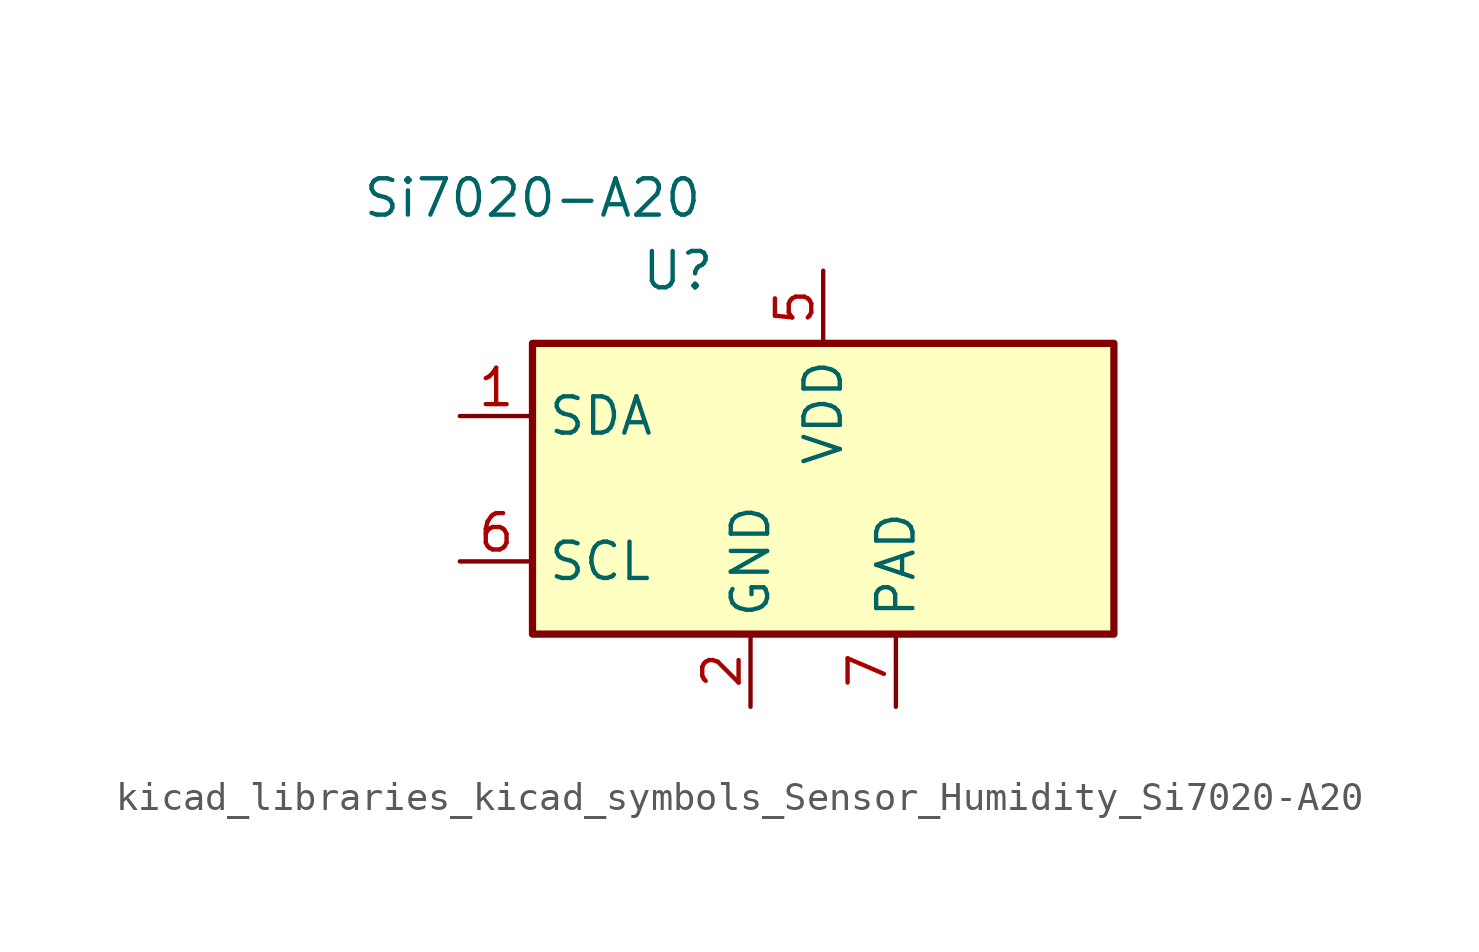
<source format=kicad_sym>
(kicad_symbol_lib
  (version 20220914)
  (generator kicad_symbol_editor)
  (symbol "kicad_libraries_kicad_symbols_Sensor_Humidity_Si7020-A20"
    (property "Reference" "U"
      (at -5.08 7.62 0)
      (effects (font (size 1.27 1.27))))
    (property "Value" "Si7020-A20"
      (at -10.16 10.16 0)
      (effects (font (size 1.27 1.27))))
    (symbol "kicad_libraries_kicad_symbols_Sensor_Humidity_Si7020-A20_0_1"
      (rectangle (start -10.16 5.08) (end 10.16 -5.08) (stroke (width 0.254) (type default)) (fill (type background))))
    (symbol "kicad_libraries_kicad_symbols_Sensor_Humidity_Si7020-A20_1_1"
      (pin bidirectional line (at -12.7 2.54 0) (length 2.54) (name "SDA" (effects (font (size 1.27 1.27)))) (number "1" (effects (font (size 1.27 1.27)))))
      (pin power_in line (at -2.54 -7.62 90) (length 2.54) (name "GND" (effects (font (size 1.27 1.27)))) (number "2" (effects (font (size 1.27 1.27)))))
      (pin no_connect line (at 10.16 2.54 180) (length 2.54) hide (name "NC" (effects (font (size 1.27 1.27)))) (number "3" (effects (font (size 1.27 1.27)))))
      (pin no_connect line (at 10.16 -2.54 180) (length 2.54) hide (name "NC" (effects (font (size 1.27 1.27)))) (number "4" (effects (font (size 1.27 1.27)))))
      (pin power_in line (at 0 7.62 270) (length 2.54) (name "VDD" (effects (font (size 1.27 1.27)))) (number "5" (effects (font (size 1.27 1.27)))))
      (pin input line (at -12.7 -2.54 0) (length 2.54) (name "SCL" (effects (font (size 1.27 1.27)))) (number "6" (effects (font (size 1.27 1.27)))))
      (pin passive line (at 2.54 -7.62 90) (length 2.54) (name "PAD" (effects (font (size 1.27 1.27)))) (number "7" (effects (font (size 1.27 1.27))))))))
</source>
